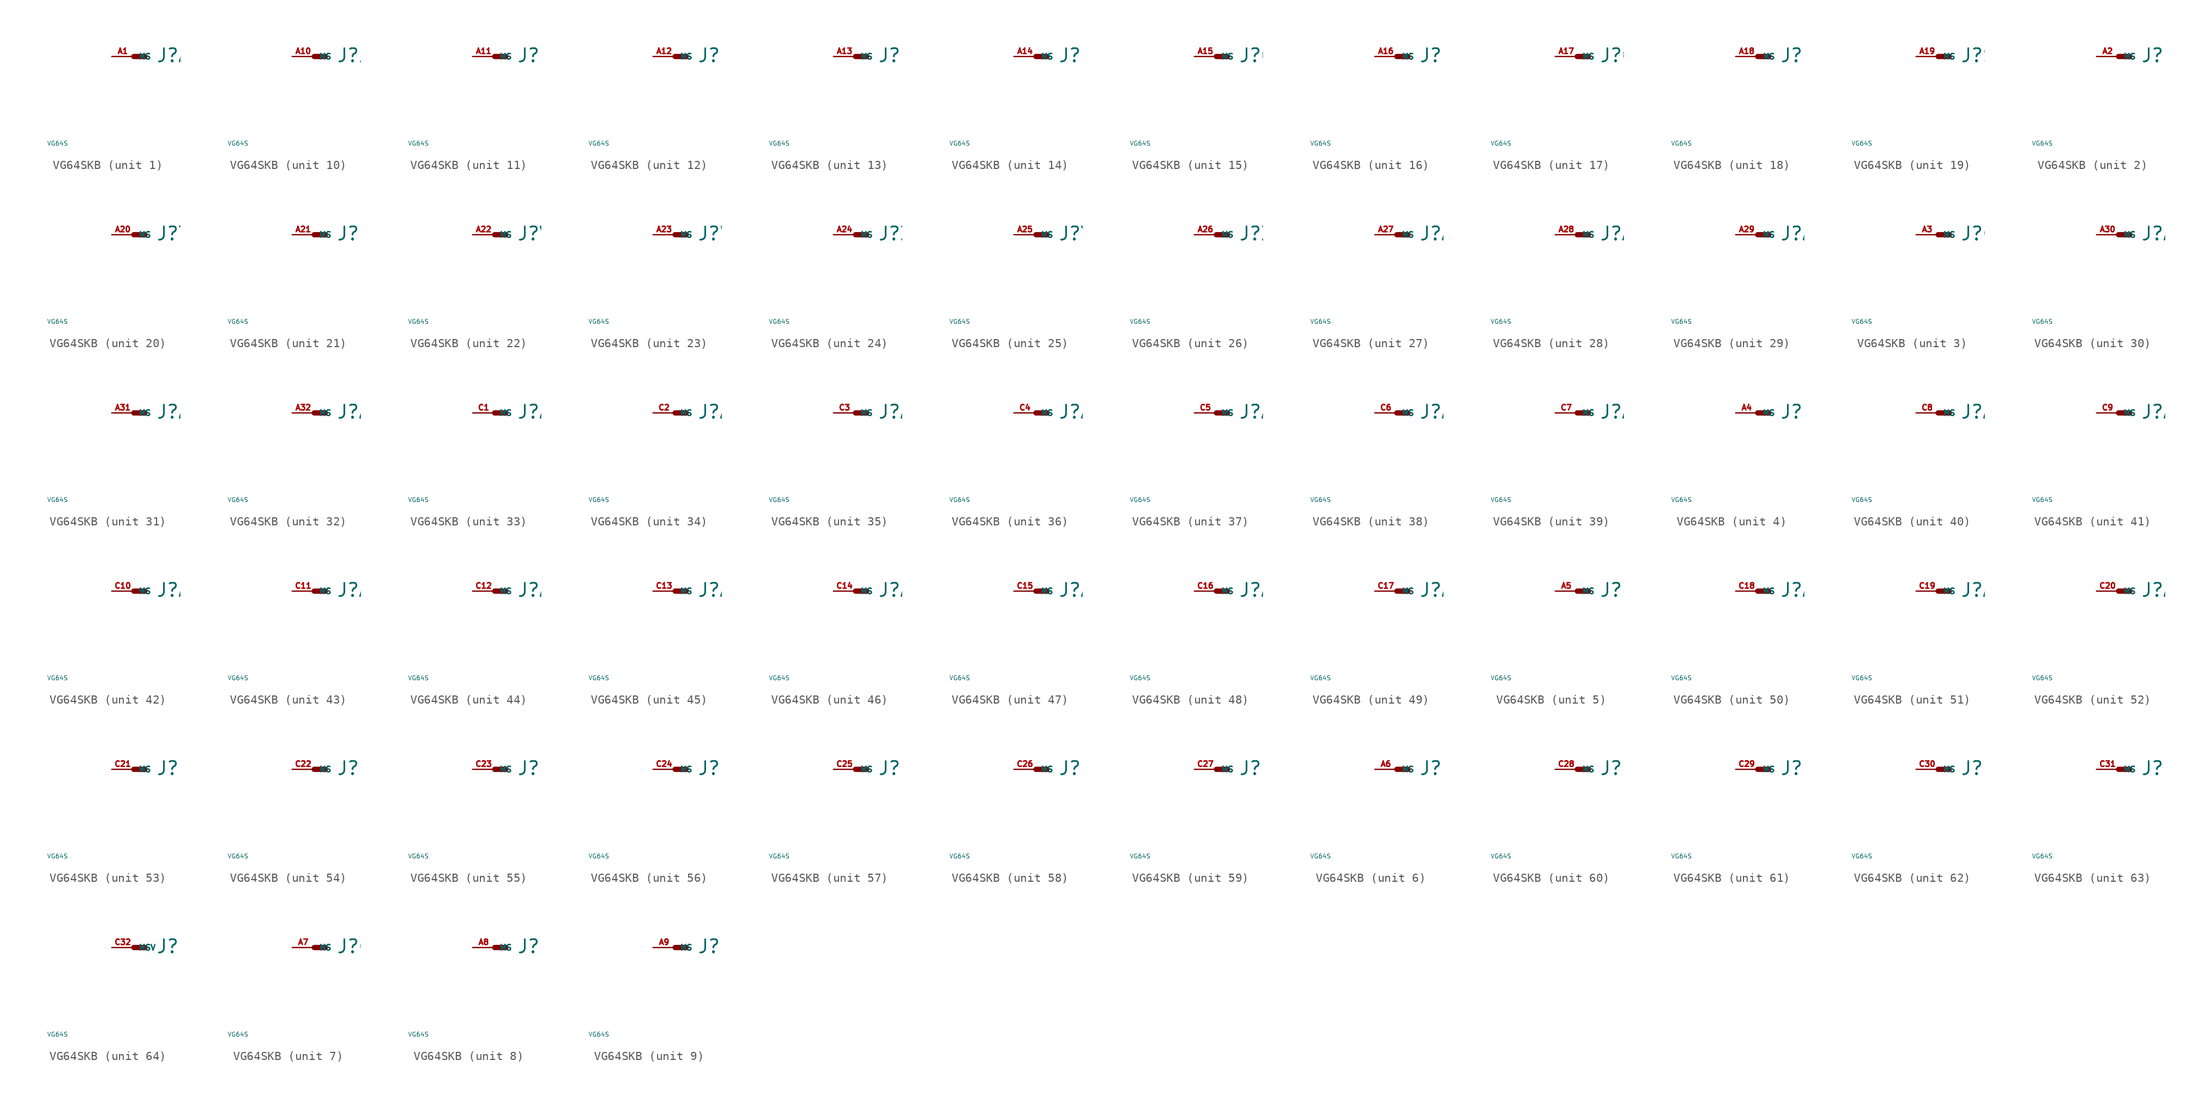
<source format=kicad_sym>
(kicad_symbol_lib
  (version 20220914)
  (generator Eagle2Kicad)
  (symbol "VG64SKB"
    (property "Reference" "J"
      (at 2.54 -0.762 0)
      (effects (font (size 1.524 1.524) (thickness 0.19)) (justify left bottom)))
    (property "Value" "VG64S"
      (at -10 -10 0)
      (effects (font (size 0.5 0.5) (thickness 0.06)) (justify left)))
    (symbol "VG64SKB_1_0"
      (polyline (pts (xy 0 0) (xy 1.27 0)) (stroke (width 0.61) (type default)) (fill (type none)))
      (pin passive line (at -2.54 0 0) (length 2.54) (name "MS" (effects (font (size 0.635 0.635) (thickness 0.08)) (justify left bottom))) (number "A1" (effects (font (size 0.635 0.635) (thickness 0.08)) (justify left bottom)))))
    (symbol "VG64SKB_2_0"
      (polyline (pts (xy 0 0) (xy 1.27 0)) (stroke (width 0.61) (type default)) (fill (type none)))
      (pin passive line (at -2.54 0 0) (length 2.54) (name "MS" (effects (font (size 0.635 0.635) (thickness 0.08)) (justify left bottom))) (number "A2" (effects (font (size 0.635 0.635) (thickness 0.08)) (justify left bottom)))))
    (symbol "VG64SKB_3_0"
      (polyline (pts (xy 0 0) (xy 1.27 0)) (stroke (width 0.61) (type default)) (fill (type none)))
      (pin passive line (at -2.54 0 0) (length 2.54) (name "MS" (effects (font (size 0.635 0.635) (thickness 0.08)) (justify left bottom))) (number "A3" (effects (font (size 0.635 0.635) (thickness 0.08)) (justify left bottom)))))
    (symbol "VG64SKB_4_0"
      (polyline (pts (xy 0 0) (xy 1.27 0)) (stroke (width 0.61) (type default)) (fill (type none)))
      (pin passive line (at -2.54 0 0) (length 2.54) (name "MS" (effects (font (size 0.635 0.635) (thickness 0.08)) (justify left bottom))) (number "A4" (effects (font (size 0.635 0.635) (thickness 0.08)) (justify left bottom)))))
    (symbol "VG64SKB_5_0"
      (polyline (pts (xy 0 0) (xy 1.27 0)) (stroke (width 0.61) (type default)) (fill (type none)))
      (pin passive line (at -2.54 0 0) (length 2.54) (name "MS" (effects (font (size 0.635 0.635) (thickness 0.08)) (justify left bottom))) (number "A5" (effects (font (size 0.635 0.635) (thickness 0.08)) (justify left bottom)))))
    (symbol "VG64SKB_6_0"
      (polyline (pts (xy 0 0) (xy 1.27 0)) (stroke (width 0.61) (type default)) (fill (type none)))
      (pin passive line (at -2.54 0 0) (length 2.54) (name "MS" (effects (font (size 0.635 0.635) (thickness 0.08)) (justify left bottom))) (number "A6" (effects (font (size 0.635 0.635) (thickness 0.08)) (justify left bottom)))))
    (symbol "VG64SKB_7_0"
      (polyline (pts (xy 0 0) (xy 1.27 0)) (stroke (width 0.61) (type default)) (fill (type none)))
      (pin passive line (at -2.54 0 0) (length 2.54) (name "MS" (effects (font (size 0.635 0.635) (thickness 0.08)) (justify left bottom))) (number "A7" (effects (font (size 0.635 0.635) (thickness 0.08)) (justify left bottom)))))
    (symbol "VG64SKB_8_0"
      (polyline (pts (xy 0 0) (xy 1.27 0)) (stroke (width 0.61) (type default)) (fill (type none)))
      (pin passive line (at -2.54 0 0) (length 2.54) (name "MS" (effects (font (size 0.635 0.635) (thickness 0.08)) (justify left bottom))) (number "A8" (effects (font (size 0.635 0.635) (thickness 0.08)) (justify left bottom)))))
    (symbol "VG64SKB_9_0"
      (polyline (pts (xy 0 0) (xy 1.27 0)) (stroke (width 0.61) (type default)) (fill (type none)))
      (pin passive line (at -2.54 0 0) (length 2.54) (name "MS" (effects (font (size 0.635 0.635) (thickness 0.08)) (justify left bottom))) (number "A9" (effects (font (size 0.635 0.635) (thickness 0.08)) (justify left bottom)))))
    (symbol "VG64SKB_10_0"
      (polyline (pts (xy 0 0) (xy 1.27 0)) (stroke (width 0.61) (type default)) (fill (type none)))
      (pin passive line (at -2.54 0 0) (length 2.54) (name "MS" (effects (font (size 0.635 0.635) (thickness 0.08)) (justify left bottom))) (number "A10" (effects (font (size 0.635 0.635) (thickness 0.08)) (justify left bottom)))))
    (symbol "VG64SKB_11_0"
      (polyline (pts (xy 0 0) (xy 1.27 0)) (stroke (width 0.61) (type default)) (fill (type none)))
      (pin passive line (at -2.54 0 0) (length 2.54) (name "MS" (effects (font (size 0.635 0.635) (thickness 0.08)) (justify left bottom))) (number "A11" (effects (font (size 0.635 0.635) (thickness 0.08)) (justify left bottom)))))
    (symbol "VG64SKB_12_0"
      (polyline (pts (xy 0 0) (xy 1.27 0)) (stroke (width 0.61) (type default)) (fill (type none)))
      (pin passive line (at -2.54 0 0) (length 2.54) (name "MS" (effects (font (size 0.635 0.635) (thickness 0.08)) (justify left bottom))) (number "A12" (effects (font (size 0.635 0.635) (thickness 0.08)) (justify left bottom)))))
    (symbol "VG64SKB_13_0"
      (polyline (pts (xy 0 0) (xy 1.27 0)) (stroke (width 0.61) (type default)) (fill (type none)))
      (pin passive line (at -2.54 0 0) (length 2.54) (name "MS" (effects (font (size 0.635 0.635) (thickness 0.08)) (justify left bottom))) (number "A13" (effects (font (size 0.635 0.635) (thickness 0.08)) (justify left bottom)))))
    (symbol "VG64SKB_14_0"
      (polyline (pts (xy 0 0) (xy 1.27 0)) (stroke (width 0.61) (type default)) (fill (type none)))
      (pin passive line (at -2.54 0 0) (length 2.54) (name "MS" (effects (font (size 0.635 0.635) (thickness 0.08)) (justify left bottom))) (number "A14" (effects (font (size 0.635 0.635) (thickness 0.08)) (justify left bottom)))))
    (symbol "VG64SKB_15_0"
      (polyline (pts (xy 0 0) (xy 1.27 0)) (stroke (width 0.61) (type default)) (fill (type none)))
      (pin passive line (at -2.54 0 0) (length 2.54) (name "MS" (effects (font (size 0.635 0.635) (thickness 0.08)) (justify left bottom))) (number "A15" (effects (font (size 0.635 0.635) (thickness 0.08)) (justify left bottom)))))
    (symbol "VG64SKB_16_0"
      (polyline (pts (xy 0 0) (xy 1.27 0)) (stroke (width 0.61) (type default)) (fill (type none)))
      (pin passive line (at -2.54 0 0) (length 2.54) (name "MS" (effects (font (size 0.635 0.635) (thickness 0.08)) (justify left bottom))) (number "A16" (effects (font (size 0.635 0.635) (thickness 0.08)) (justify left bottom)))))
    (symbol "VG64SKB_17_0"
      (polyline (pts (xy 0 0) (xy 1.27 0)) (stroke (width 0.61) (type default)) (fill (type none)))
      (pin passive line (at -2.54 0 0) (length 2.54) (name "MS" (effects (font (size 0.635 0.635) (thickness 0.08)) (justify left bottom))) (number "A17" (effects (font (size 0.635 0.635) (thickness 0.08)) (justify left bottom)))))
    (symbol "VG64SKB_18_0"
      (polyline (pts (xy 0 0) (xy 1.27 0)) (stroke (width 0.61) (type default)) (fill (type none)))
      (pin passive line (at -2.54 0 0) (length 2.54) (name "MS" (effects (font (size 0.635 0.635) (thickness 0.08)) (justify left bottom))) (number "A18" (effects (font (size 0.635 0.635) (thickness 0.08)) (justify left bottom)))))
    (symbol "VG64SKB_19_0"
      (polyline (pts (xy 0 0) (xy 1.27 0)) (stroke (width 0.61) (type default)) (fill (type none)))
      (pin passive line (at -2.54 0 0) (length 2.54) (name "MS" (effects (font (size 0.635 0.635) (thickness 0.08)) (justify left bottom))) (number "A19" (effects (font (size 0.635 0.635) (thickness 0.08)) (justify left bottom)))))
    (symbol "VG64SKB_20_0"
      (polyline (pts (xy 0 0) (xy 1.27 0)) (stroke (width 0.61) (type default)) (fill (type none)))
      (pin passive line (at -2.54 0 0) (length 2.54) (name "MS" (effects (font (size 0.635 0.635) (thickness 0.08)) (justify left bottom))) (number "A20" (effects (font (size 0.635 0.635) (thickness 0.08)) (justify left bottom)))))
    (symbol "VG64SKB_21_0"
      (polyline (pts (xy 0 0) (xy 1.27 0)) (stroke (width 0.61) (type default)) (fill (type none)))
      (pin passive line (at -2.54 0 0) (length 2.54) (name "MS" (effects (font (size 0.635 0.635) (thickness 0.08)) (justify left bottom))) (number "A21" (effects (font (size 0.635 0.635) (thickness 0.08)) (justify left bottom)))))
    (symbol "VG64SKB_22_0"
      (polyline (pts (xy 0 0) (xy 1.27 0)) (stroke (width 0.61) (type default)) (fill (type none)))
      (pin passive line (at -2.54 0 0) (length 2.54) (name "MS" (effects (font (size 0.635 0.635) (thickness 0.08)) (justify left bottom))) (number "A22" (effects (font (size 0.635 0.635) (thickness 0.08)) (justify left bottom)))))
    (symbol "VG64SKB_23_0"
      (polyline (pts (xy 0 0) (xy 1.27 0)) (stroke (width 0.61) (type default)) (fill (type none)))
      (pin passive line (at -2.54 0 0) (length 2.54) (name "MS" (effects (font (size 0.635 0.635) (thickness 0.08)) (justify left bottom))) (number "A23" (effects (font (size 0.635 0.635) (thickness 0.08)) (justify left bottom)))))
    (symbol "VG64SKB_24_0"
      (polyline (pts (xy 0 0) (xy 1.27 0)) (stroke (width 0.61) (type default)) (fill (type none)))
      (pin passive line (at -2.54 0 0) (length 2.54) (name "MS" (effects (font (size 0.635 0.635) (thickness 0.08)) (justify left bottom))) (number "A24" (effects (font (size 0.635 0.635) (thickness 0.08)) (justify left bottom)))))
    (symbol "VG64SKB_25_0"
      (polyline (pts (xy 0 0) (xy 1.27 0)) (stroke (width 0.61) (type default)) (fill (type none)))
      (pin passive line (at -2.54 0 0) (length 2.54) (name "MS" (effects (font (size 0.635 0.635) (thickness 0.08)) (justify left bottom))) (number "A25" (effects (font (size 0.635 0.635) (thickness 0.08)) (justify left bottom)))))
    (symbol "VG64SKB_26_0"
      (polyline (pts (xy 0 0) (xy 1.27 0)) (stroke (width 0.61) (type default)) (fill (type none)))
      (pin passive line (at -2.54 0 0) (length 2.54) (name "MS" (effects (font (size 0.635 0.635) (thickness 0.08)) (justify left bottom))) (number "A26" (effects (font (size 0.635 0.635) (thickness 0.08)) (justify left bottom)))))
    (symbol "VG64SKB_27_0"
      (polyline (pts (xy 0 0) (xy 1.27 0)) (stroke (width 0.61) (type default)) (fill (type none)))
      (pin passive line (at -2.54 0 0) (length 2.54) (name "MS" (effects (font (size 0.635 0.635) (thickness 0.08)) (justify left bottom))) (number "A27" (effects (font (size 0.635 0.635) (thickness 0.08)) (justify left bottom)))))
    (symbol "VG64SKB_28_0"
      (polyline (pts (xy 0 0) (xy 1.27 0)) (stroke (width 0.61) (type default)) (fill (type none)))
      (pin passive line (at -2.54 0 0) (length 2.54) (name "MS" (effects (font (size 0.635 0.635) (thickness 0.08)) (justify left bottom))) (number "A28" (effects (font (size 0.635 0.635) (thickness 0.08)) (justify left bottom)))))
    (symbol "VG64SKB_29_0"
      (polyline (pts (xy 0 0) (xy 1.27 0)) (stroke (width 0.61) (type default)) (fill (type none)))
      (pin passive line (at -2.54 0 0) (length 2.54) (name "MS" (effects (font (size 0.635 0.635) (thickness 0.08)) (justify left bottom))) (number "A29" (effects (font (size 0.635 0.635) (thickness 0.08)) (justify left bottom)))))
    (symbol "VG64SKB_30_0"
      (polyline (pts (xy 0 0) (xy 1.27 0)) (stroke (width 0.61) (type default)) (fill (type none)))
      (pin passive line (at -2.54 0 0) (length 2.54) (name "MS" (effects (font (size 0.635 0.635) (thickness 0.08)) (justify left bottom))) (number "A30" (effects (font (size 0.635 0.635) (thickness 0.08)) (justify left bottom)))))
    (symbol "VG64SKB_31_0"
      (polyline (pts (xy 0 0) (xy 1.27 0)) (stroke (width 0.61) (type default)) (fill (type none)))
      (pin passive line (at -2.54 0 0) (length 2.54) (name "MS" (effects (font (size 0.635 0.635) (thickness 0.08)) (justify left bottom))) (number "A31" (effects (font (size 0.635 0.635) (thickness 0.08)) (justify left bottom)))))
    (symbol "VG64SKB_32_0"
      (polyline (pts (xy 0 0) (xy 1.27 0)) (stroke (width 0.61) (type default)) (fill (type none)))
      (pin passive line (at -2.54 0 0) (length 2.54) (name "MS" (effects (font (size 0.635 0.635) (thickness 0.08)) (justify left bottom))) (number "A32" (effects (font (size 0.635 0.635) (thickness 0.08)) (justify left bottom)))))
    (symbol "VG64SKB_33_0"
      (polyline (pts (xy 0 0) (xy 1.27 0)) (stroke (width 0.61) (type default)) (fill (type none)))
      (pin passive line (at -2.54 0 0) (length 2.54) (name "MS" (effects (font (size 0.635 0.635) (thickness 0.08)) (justify left bottom))) (number "C1" (effects (font (size 0.635 0.635) (thickness 0.08)) (justify left bottom)))))
    (symbol "VG64SKB_34_0"
      (polyline (pts (xy 0 0) (xy 1.27 0)) (stroke (width 0.61) (type default)) (fill (type none)))
      (pin passive line (at -2.54 0 0) (length 2.54) (name "MS" (effects (font (size 0.635 0.635) (thickness 0.08)) (justify left bottom))) (number "C2" (effects (font (size 0.635 0.635) (thickness 0.08)) (justify left bottom)))))
    (symbol "VG64SKB_35_0"
      (polyline (pts (xy 0 0) (xy 1.27 0)) (stroke (width 0.61) (type default)) (fill (type none)))
      (pin passive line (at -2.54 0 0) (length 2.54) (name "MS" (effects (font (size 0.635 0.635) (thickness 0.08)) (justify left bottom))) (number "C3" (effects (font (size 0.635 0.635) (thickness 0.08)) (justify left bottom)))))
    (symbol "VG64SKB_36_0"
      (polyline (pts (xy 0 0) (xy 1.27 0)) (stroke (width 0.61) (type default)) (fill (type none)))
      (pin passive line (at -2.54 0 0) (length 2.54) (name "MS" (effects (font (size 0.635 0.635) (thickness 0.08)) (justify left bottom))) (number "C4" (effects (font (size 0.635 0.635) (thickness 0.08)) (justify left bottom)))))
    (symbol "VG64SKB_37_0"
      (polyline (pts (xy 0 0) (xy 1.27 0)) (stroke (width 0.61) (type default)) (fill (type none)))
      (pin passive line (at -2.54 0 0) (length 2.54) (name "MS" (effects (font (size 0.635 0.635) (thickness 0.08)) (justify left bottom))) (number "C5" (effects (font (size 0.635 0.635) (thickness 0.08)) (justify left bottom)))))
    (symbol "VG64SKB_38_0"
      (polyline (pts (xy 0 0) (xy 1.27 0)) (stroke (width 0.61) (type default)) (fill (type none)))
      (pin passive line (at -2.54 0 0) (length 2.54) (name "MS" (effects (font (size 0.635 0.635) (thickness 0.08)) (justify left bottom))) (number "C6" (effects (font (size 0.635 0.635) (thickness 0.08)) (justify left bottom)))))
    (symbol "VG64SKB_39_0"
      (polyline (pts (xy 0 0) (xy 1.27 0)) (stroke (width 0.61) (type default)) (fill (type none)))
      (pin passive line (at -2.54 0 0) (length 2.54) (name "MS" (effects (font (size 0.635 0.635) (thickness 0.08)) (justify left bottom))) (number "C7" (effects (font (size 0.635 0.635) (thickness 0.08)) (justify left bottom)))))
    (symbol "VG64SKB_40_0"
      (polyline (pts (xy 0 0) (xy 1.27 0)) (stroke (width 0.61) (type default)) (fill (type none)))
      (pin passive line (at -2.54 0 0) (length 2.54) (name "MS" (effects (font (size 0.635 0.635) (thickness 0.08)) (justify left bottom))) (number "C8" (effects (font (size 0.635 0.635) (thickness 0.08)) (justify left bottom)))))
    (symbol "VG64SKB_41_0"
      (polyline (pts (xy 0 0) (xy 1.27 0)) (stroke (width 0.61) (type default)) (fill (type none)))
      (pin passive line (at -2.54 0 0) (length 2.54) (name "MS" (effects (font (size 0.635 0.635) (thickness 0.08)) (justify left bottom))) (number "C9" (effects (font (size 0.635 0.635) (thickness 0.08)) (justify left bottom)))))
    (symbol "VG64SKB_42_0"
      (polyline (pts (xy 0 0) (xy 1.27 0)) (stroke (width 0.61) (type default)) (fill (type none)))
      (pin passive line (at -2.54 0 0) (length 2.54) (name "MS" (effects (font (size 0.635 0.635) (thickness 0.08)) (justify left bottom))) (number "C10" (effects (font (size 0.635 0.635) (thickness 0.08)) (justify left bottom)))))
    (symbol "VG64SKB_43_0"
      (polyline (pts (xy 0 0) (xy 1.27 0)) (stroke (width 0.61) (type default)) (fill (type none)))
      (pin passive line (at -2.54 0 0) (length 2.54) (name "MS" (effects (font (size 0.635 0.635) (thickness 0.08)) (justify left bottom))) (number "C11" (effects (font (size 0.635 0.635) (thickness 0.08)) (justify left bottom)))))
    (symbol "VG64SKB_44_0"
      (polyline (pts (xy 0 0) (xy 1.27 0)) (stroke (width 0.61) (type default)) (fill (type none)))
      (pin passive line (at -2.54 0 0) (length 2.54) (name "MS" (effects (font (size 0.635 0.635) (thickness 0.08)) (justify left bottom))) (number "C12" (effects (font (size 0.635 0.635) (thickness 0.08)) (justify left bottom)))))
    (symbol "VG64SKB_45_0"
      (polyline (pts (xy 0 0) (xy 1.27 0)) (stroke (width 0.61) (type default)) (fill (type none)))
      (pin passive line (at -2.54 0 0) (length 2.54) (name "MS" (effects (font (size 0.635 0.635) (thickness 0.08)) (justify left bottom))) (number "C13" (effects (font (size 0.635 0.635) (thickness 0.08)) (justify left bottom)))))
    (symbol "VG64SKB_46_0"
      (polyline (pts (xy 0 0) (xy 1.27 0)) (stroke (width 0.61) (type default)) (fill (type none)))
      (pin passive line (at -2.54 0 0) (length 2.54) (name "MS" (effects (font (size 0.635 0.635) (thickness 0.08)) (justify left bottom))) (number "C14" (effects (font (size 0.635 0.635) (thickness 0.08)) (justify left bottom)))))
    (symbol "VG64SKB_47_0"
      (polyline (pts (xy 0 0) (xy 1.27 0)) (stroke (width 0.61) (type default)) (fill (type none)))
      (pin passive line (at -2.54 0 0) (length 2.54) (name "MS" (effects (font (size 0.635 0.635) (thickness 0.08)) (justify left bottom))) (number "C15" (effects (font (size 0.635 0.635) (thickness 0.08)) (justify left bottom)))))
    (symbol "VG64SKB_48_0"
      (polyline (pts (xy 0 0) (xy 1.27 0)) (stroke (width 0.61) (type default)) (fill (type none)))
      (pin passive line (at -2.54 0 0) (length 2.54) (name "MS" (effects (font (size 0.635 0.635) (thickness 0.08)) (justify left bottom))) (number "C16" (effects (font (size 0.635 0.635) (thickness 0.08)) (justify left bottom)))))
    (symbol "VG64SKB_49_0"
      (polyline (pts (xy 0 0) (xy 1.27 0)) (stroke (width 0.61) (type default)) (fill (type none)))
      (pin passive line (at -2.54 0 0) (length 2.54) (name "MS" (effects (font (size 0.635 0.635) (thickness 0.08)) (justify left bottom))) (number "C17" (effects (font (size 0.635 0.635) (thickness 0.08)) (justify left bottom)))))
    (symbol "VG64SKB_50_0"
      (polyline (pts (xy 0 0) (xy 1.27 0)) (stroke (width 0.61) (type default)) (fill (type none)))
      (pin passive line (at -2.54 0 0) (length 2.54) (name "MS" (effects (font (size 0.635 0.635) (thickness 0.08)) (justify left bottom))) (number "C18" (effects (font (size 0.635 0.635) (thickness 0.08)) (justify left bottom)))))
    (symbol "VG64SKB_51_0"
      (polyline (pts (xy 0 0) (xy 1.27 0)) (stroke (width 0.61) (type default)) (fill (type none)))
      (pin passive line (at -2.54 0 0) (length 2.54) (name "MS" (effects (font (size 0.635 0.635) (thickness 0.08)) (justify left bottom))) (number "C19" (effects (font (size 0.635 0.635) (thickness 0.08)) (justify left bottom)))))
    (symbol "VG64SKB_52_0"
      (polyline (pts (xy 0 0) (xy 1.27 0)) (stroke (width 0.61) (type default)) (fill (type none)))
      (pin passive line (at -2.54 0 0) (length 2.54) (name "MS" (effects (font (size 0.635 0.635) (thickness 0.08)) (justify left bottom))) (number "C20" (effects (font (size 0.635 0.635) (thickness 0.08)) (justify left bottom)))))
    (symbol "VG64SKB_53_0"
      (polyline (pts (xy 0 0) (xy 1.27 0)) (stroke (width 0.61) (type default)) (fill (type none)))
      (pin passive line (at -2.54 0 0) (length 2.54) (name "MS" (effects (font (size 0.635 0.635) (thickness 0.08)) (justify left bottom))) (number "C21" (effects (font (size 0.635 0.635) (thickness 0.08)) (justify left bottom)))))
    (symbol "VG64SKB_54_0"
      (polyline (pts (xy 0 0) (xy 1.27 0)) (stroke (width 0.61) (type default)) (fill (type none)))
      (pin passive line (at -2.54 0 0) (length 2.54) (name "MS" (effects (font (size 0.635 0.635) (thickness 0.08)) (justify left bottom))) (number "C22" (effects (font (size 0.635 0.635) (thickness 0.08)) (justify left bottom)))))
    (symbol "VG64SKB_55_0"
      (polyline (pts (xy 0 0) (xy 1.27 0)) (stroke (width 0.61) (type default)) (fill (type none)))
      (pin passive line (at -2.54 0 0) (length 2.54) (name "MS" (effects (font (size 0.635 0.635) (thickness 0.08)) (justify left bottom))) (number "C23" (effects (font (size 0.635 0.635) (thickness 0.08)) (justify left bottom)))))
    (symbol "VG64SKB_56_0"
      (polyline (pts (xy 0 0) (xy 1.27 0)) (stroke (width 0.61) (type default)) (fill (type none)))
      (pin passive line (at -2.54 0 0) (length 2.54) (name "MS" (effects (font (size 0.635 0.635) (thickness 0.08)) (justify left bottom))) (number "C24" (effects (font (size 0.635 0.635) (thickness 0.08)) (justify left bottom)))))
    (symbol "VG64SKB_57_0"
      (polyline (pts (xy 0 0) (xy 1.27 0)) (stroke (width 0.61) (type default)) (fill (type none)))
      (pin passive line (at -2.54 0 0) (length 2.54) (name "MS" (effects (font (size 0.635 0.635) (thickness 0.08)) (justify left bottom))) (number "C25" (effects (font (size 0.635 0.635) (thickness 0.08)) (justify left bottom)))))
    (symbol "VG64SKB_58_0"
      (polyline (pts (xy 0 0) (xy 1.27 0)) (stroke (width 0.61) (type default)) (fill (type none)))
      (pin passive line (at -2.54 0 0) (length 2.54) (name "MS" (effects (font (size 0.635 0.635) (thickness 0.08)) (justify left bottom))) (number "C26" (effects (font (size 0.635 0.635) (thickness 0.08)) (justify left bottom)))))
    (symbol "VG64SKB_59_0"
      (polyline (pts (xy 0 0) (xy 1.27 0)) (stroke (width 0.61) (type default)) (fill (type none)))
      (pin passive line (at -2.54 0 0) (length 2.54) (name "MS" (effects (font (size 0.635 0.635) (thickness 0.08)) (justify left bottom))) (number "C27" (effects (font (size 0.635 0.635) (thickness 0.08)) (justify left bottom)))))
    (symbol "VG64SKB_60_0"
      (polyline (pts (xy 0 0) (xy 1.27 0)) (stroke (width 0.61) (type default)) (fill (type none)))
      (pin passive line (at -2.54 0 0) (length 2.54) (name "MS" (effects (font (size 0.635 0.635) (thickness 0.08)) (justify left bottom))) (number "C28" (effects (font (size 0.635 0.635) (thickness 0.08)) (justify left bottom)))))
    (symbol "VG64SKB_61_0"
      (polyline (pts (xy 0 0) (xy 1.27 0)) (stroke (width 0.61) (type default)) (fill (type none)))
      (pin passive line (at -2.54 0 0) (length 2.54) (name "MS" (effects (font (size 0.635 0.635) (thickness 0.08)) (justify left bottom))) (number "C29" (effects (font (size 0.635 0.635) (thickness 0.08)) (justify left bottom)))))
    (symbol "VG64SKB_62_0"
      (polyline (pts (xy 0 0) (xy 1.27 0)) (stroke (width 0.61) (type default)) (fill (type none)))
      (pin passive line (at -2.54 0 0) (length 2.54) (name "MS" (effects (font (size 0.635 0.635) (thickness 0.08)) (justify left bottom))) (number "C30" (effects (font (size 0.635 0.635) (thickness 0.08)) (justify left bottom)))))
    (symbol "VG64SKB_63_0"
      (polyline (pts (xy 0 0) (xy 1.27 0)) (stroke (width 0.61) (type default)) (fill (type none)))
      (pin passive line (at -2.54 0 0) (length 2.54) (name "MS" (effects (font (size 0.635 0.635) (thickness 0.08)) (justify left bottom))) (number "C31" (effects (font (size 0.635 0.635) (thickness 0.08)) (justify left bottom)))))
    (symbol "VG64SKB_64_0"
      (polyline (pts (xy 0 0) (xy 1.27 0)) (stroke (width 0.61) (type default)) (fill (type none)))
      (pin passive line (at -2.54 0 0) (length 2.54) (name "MSV" (effects (font (size 0.635 0.635) (thickness 0.08)) (justify left bottom))) (number "C32" (effects (font (size 0.635 0.635) (thickness 0.08)) (justify left bottom)))))))
</source>
